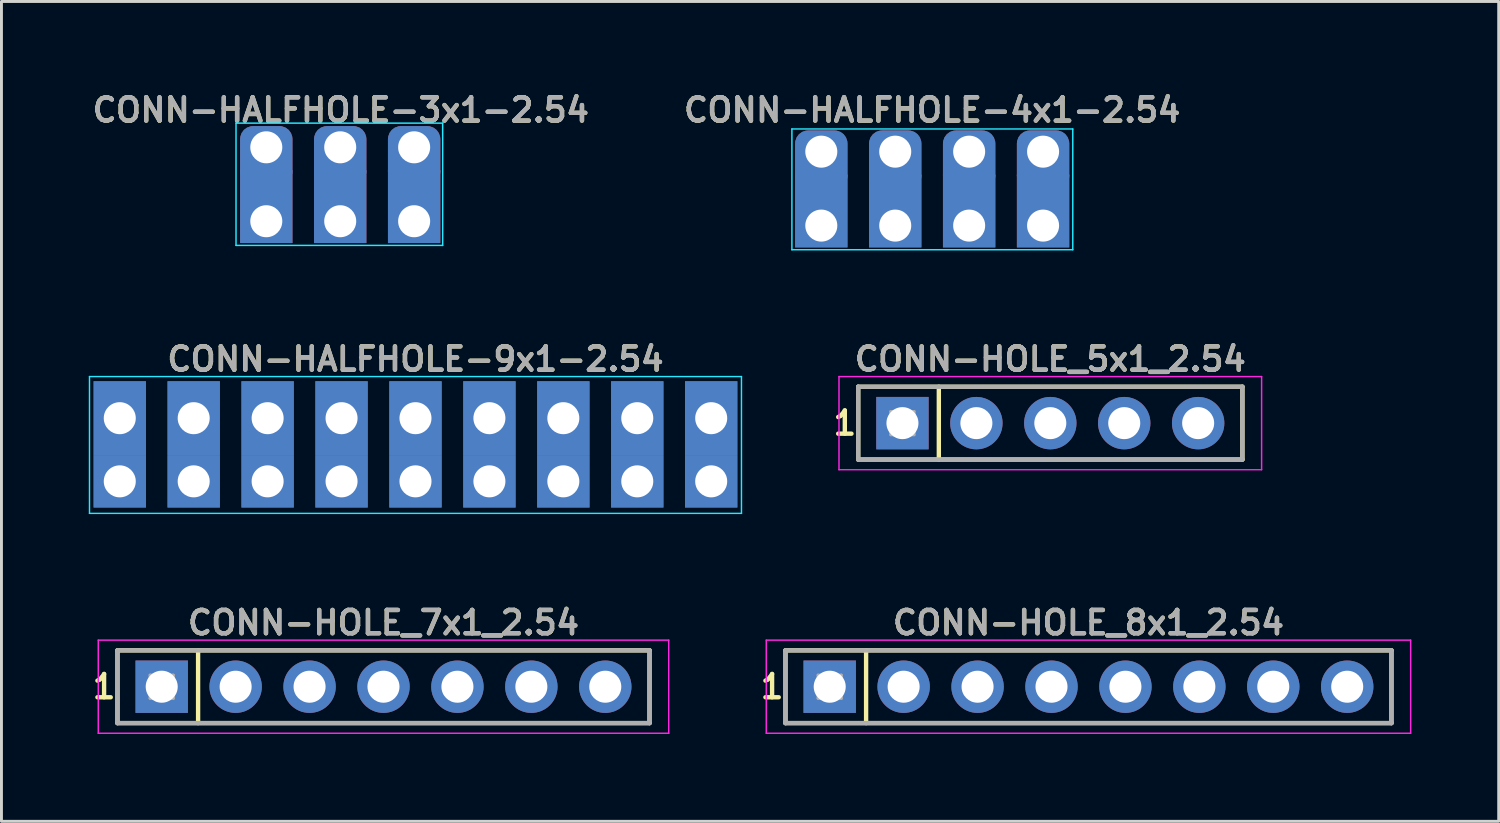
<source format=kicad_pcb>
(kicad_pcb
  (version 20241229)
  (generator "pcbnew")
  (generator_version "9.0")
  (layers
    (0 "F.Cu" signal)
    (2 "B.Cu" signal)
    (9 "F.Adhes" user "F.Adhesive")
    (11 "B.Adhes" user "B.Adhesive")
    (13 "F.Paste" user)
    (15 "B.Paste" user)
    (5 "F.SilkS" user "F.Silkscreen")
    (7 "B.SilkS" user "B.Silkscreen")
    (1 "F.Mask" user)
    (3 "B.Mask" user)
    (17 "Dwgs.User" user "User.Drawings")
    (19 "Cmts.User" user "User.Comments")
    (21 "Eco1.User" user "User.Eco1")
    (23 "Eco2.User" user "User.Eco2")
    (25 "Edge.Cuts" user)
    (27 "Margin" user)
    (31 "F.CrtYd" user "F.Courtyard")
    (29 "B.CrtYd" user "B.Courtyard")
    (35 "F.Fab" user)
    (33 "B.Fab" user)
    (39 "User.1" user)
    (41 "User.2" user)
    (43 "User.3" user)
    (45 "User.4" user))
  (footprint "CONN-HOLE_7x1_2.54"
    (layer "F.Cu")
    (at 10.126 20.544)
    (property "Reference" "CONN-HOLE_7x1_2.54" (at 0 -2.2 0) (layer "F.SilkS") (effects (font (size 0.8 0.8) (thickness 0.15))))
    (attr through_hole)
    (fp_line (start -9.14 -1.25) (end 9.14 -1.25) (stroke (width 0.15) (type solid)) (layer "F.SilkS"))
    (fp_line (start -9.14 1.25) (end -9.14 -1.25) (stroke (width 0.15) (type solid)) (layer "F.SilkS"))
    (fp_line (start -6.37 -1.25) (end -6.37 1.25) (stroke (width 0.15) (type solid)) (layer "F.SilkS"))
    (fp_line (start 9.14 -1.25) (end 9.14 1.25) (stroke (width 0.15) (type solid)) (layer "F.SilkS"))
    (fp_line (start 9.14 1.25) (end -9.14 1.25) (stroke (width 0.15) (type solid)) (layer "F.SilkS"))
    (fp_line (start -9.8 -1.6) (end 9.8 -1.6) (stroke (width 0.05) (type solid)) (layer "F.CrtYd"))
    (fp_line (start -9.8 1.6) (end -9.8 -1.6) (stroke (width 0.05) (type solid)) (layer "F.CrtYd"))
    (fp_line (start 9.8 -1.6) (end 9.8 1.6) (stroke (width 0.05) (type solid)) (layer "F.CrtYd"))
    (fp_line (start 9.8 1.6) (end -9.8 1.6) (stroke (width 0.05) (type solid)) (layer "F.CrtYd"))
    (fp_line (start -9.14 -1.25) (end 9.14 -1.25) (stroke (width 0.15) (type solid)) (layer "F.Fab"))
    (fp_line (start -9.14 1.25) (end -9.14 -1.25) (stroke (width 0.15) (type solid)) (layer "F.Fab"))
    (fp_line (start -8.02 -0.4) (end -7.22 -0.4) (stroke (width 0.1) (type solid)) (layer "F.Fab"))
    (fp_line (start -8.02 0) (end -7.22 0) (stroke (width 0.1) (type solid)) (layer "F.Fab"))
    (fp_line (start -8.02 0.4) (end -8.02 -0.4) (stroke (width 0.1) (type solid)) (layer "F.Fab"))
    (fp_line (start -7.62 -0.4) (end -7.62 0.4) (stroke (width 0.1) (type solid)) (layer "F.Fab"))
    (fp_line (start -7.22 -0.4) (end -7.22 0.4) (stroke (width 0.1) (type solid)) (layer "F.Fab"))
    (fp_line (start -7.22 0.4) (end -8.02 0.4) (stroke (width 0.1) (type solid)) (layer "F.Fab"))
    (fp_line (start -5.48 0) (end -4.68 0) (stroke (width 0.1) (type solid)) (layer "F.Fab"))
    (fp_line (start -5.08 -0.4) (end -5.08 0.4) (stroke (width 0.1) (type solid)) (layer "F.Fab"))
    (fp_line (start -2.94 0) (end -2.14 0) (stroke (width 0.1) (type solid)) (layer "F.Fab"))
    (fp_line (start -2.54 -0.4) (end -2.54 0.4) (stroke (width 0.1) (type solid)) (layer "F.Fab"))
    (fp_line (start -0.4 0) (end 0.4 0) (stroke (width 0.1) (type solid)) (layer "F.Fab"))
    (fp_line (start 0 -0.4) (end 0 0.4) (stroke (width 0.1) (type solid)) (layer "F.Fab"))
    (fp_line (start 2.14 0) (end 2.94 0) (stroke (width 0.1) (type solid)) (layer "F.Fab"))
    (fp_line (start 2.54 -0.4) (end 2.54 0.4) (stroke (width 0.1) (type solid)) (layer "F.Fab"))
    (fp_line (start 9.14 -1.25) (end 9.14 1.25) (stroke (width 0.15) (type solid)) (layer "F.Fab"))
    (fp_line (start 9.14 1.25) (end -9.14 1.25) (stroke (width 0.15) (type solid)) (layer "F.Fab"))
    (fp_circle (center -5.08 0) (end -4.68 0) (stroke (width 0.1) (type solid)) (fill no) (layer "F.Fab"))
    (fp_circle (center -2.54 0) (end -2.14 0) (stroke (width 0.1) (type solid)) (fill no) (layer "F.Fab"))
    (fp_circle (center 0 0) (end 0.4 0) (stroke (width 0.1) (type solid)) (fill no) (layer "F.Fab"))
    (fp_circle (center 2.54 0) (end 2.94 0) (stroke (width 0.1) (type solid)) (fill no) (layer "F.Fab"))
    (fp_text user "1" (at -9.6 0 0) (layer "F.SilkS") (effects (font (size 0.8 0.8) (thickness 0.15))))
    (fp_text user "${REFERENCE}" (at 0 -2.2 0) (layer "F.Fab") (effects (font (size 0.8 0.8) (thickness 0.15))))
    (pad "1" thru_hole rect (at -7.62 0) (size 1.8 1.8) (drill 1.1) (layers "*.Cu" "*.Mask"))
    (pad "2" thru_hole circle (at -5.08 0) (size 1.8 1.8) (drill 1.1) (layers "*.Cu" "*.Mask"))
    (pad "3" thru_hole circle (at -2.54 0) (size 1.8 1.8) (drill 1.1) (layers "*.Cu" "*.Mask"))
    (pad "4" thru_hole circle (at 0 0) (size 1.8 1.8) (drill 1.1) (layers "*.Cu" "*.Mask"))
    (pad "5" thru_hole circle (at 2.54 0) (size 1.8 1.8) (drill 1.1) (layers "*.Cu" "*.Mask"))
    (pad "6" thru_hole circle (at 5.08 0) (size 1.8 1.8) (drill 1.1) (layers "*.Cu" "*.Mask"))
    (pad "7" thru_hole circle (at 7.62 0) (size 1.8 1.8) (drill 1.1) (layers "*.Cu" "*.Mask")))
  (footprint "CONN-HALFHOLE-4x1-2.54"
    (layer "F.Cu")
    (at 28.978 3.431)
    (property "Reference" "CONN-HALFHOLE-4x1-2.54" (at 0 -2.7 0) (layer "F.SilkS") (effects (font (size 0.8 0.8) (thickness 0.15))))
    (attr exclude_from_pos_files exclude_from_bom)
    (fp_line (start -4.82 -2.05) (end 4.83 -2.05) (stroke (width 0.05) (type solid)) (layer "B.CrtYd"))
    (fp_line (start -4.82 2.1) (end -4.82 -2.05) (stroke (width 0.05) (type solid)) (layer "B.CrtYd"))
    (fp_line (start 4.83 -2.05) (end 4.83 2.1) (stroke (width 0.05) (type solid)) (layer "B.CrtYd"))
    (fp_line (start 4.83 2.1) (end -4.82 2.1) (stroke (width 0.05) (type solid)) (layer "B.CrtYd"))
    (fp_text user "${REFERENCE}" (at 0 -2.7 0) (layer "F.Fab") (effects (font (size 0.8 0.8) (thickness 0.15))))
    (pad "1" thru_hole roundrect (at -3.81 -1.27) (size 1.8 2) (drill 1.1 (offset 0 0.27)) (layers "*.Cu" "*.Mask") (roundrect_rratio 0.25))
    (pad "1" thru_hole rect (at -3.81 1.27) (size 1.8 2.5) (drill 1.1 (offset 0 -0.5)) (layers "*.Cu" "*.Mask"))
    (pad "2" thru_hole roundrect (at -1.27 -1.27) (size 1.8 2) (drill 1.1 (offset 0 0.27)) (layers "*.Cu" "*.Mask") (roundrect_rratio 0.25))
    (pad "2" thru_hole rect (at -1.27 1.27) (size 1.8 2.5) (drill 1.1 (offset 0 -0.5)) (layers "*.Cu" "*.Mask"))
    (pad "3" thru_hole roundrect (at 1.27 -1.27) (size 1.8 2) (drill 1.1 (offset 0 0.27)) (layers "*.Cu" "*.Mask") (roundrect_rratio 0.25))
    (pad "3" thru_hole rect (at 1.27 1.27) (size 1.8 2.5) (drill 1.1 (offset 0 -0.5)) (layers "*.Cu" "*.Mask"))
    (pad "4" thru_hole roundrect (at 3.81 -1.27) (size 1.8 2) (drill 1.1 (offset 0 0.27)) (layers "*.Cu" "*.Mask") (roundrect_rratio 0.25))
    (pad "4" thru_hole rect (at 3.81 1.27) (size 1.8 2.5) (drill 1.1 (offset 0 -0.5)) (layers "*.Cu" "*.Mask")))
  (footprint "CONN-HOLE_5x1_2.54"
    (layer "F.Cu")
    (at 33.036 11.488)
    (property "Reference" "CONN-HOLE_5x1_2.54" (at 0 -2.2 0) (layer "F.SilkS") (effects (font (size 0.8 0.8) (thickness 0.15))))
    (attr through_hole)
    (fp_line (start -6.6 -1.25) (end 6.6 -1.25) (stroke (width 0.15) (type solid)) (layer "F.SilkS"))
    (fp_line (start -6.6 1.25) (end -6.6 -1.25) (stroke (width 0.15) (type solid)) (layer "F.SilkS"))
    (fp_line (start -3.83 -1.25) (end -3.83 1.25) (stroke (width 0.15) (type solid)) (layer "F.SilkS"))
    (fp_line (start 6.6 -1.25) (end 6.6 1.25) (stroke (width 0.15) (type solid)) (layer "F.SilkS"))
    (fp_line (start 6.6 1.25) (end -6.6 1.25) (stroke (width 0.15) (type solid)) (layer "F.SilkS"))
    (fp_line (start -7.26 -1.6) (end 7.26 -1.6) (stroke (width 0.05) (type solid)) (layer "F.CrtYd"))
    (fp_line (start -7.26 1.6) (end -7.26 -1.6) (stroke (width 0.05) (type solid)) (layer "F.CrtYd"))
    (fp_line (start 7.26 -1.6) (end 7.26 1.6) (stroke (width 0.05) (type solid)) (layer "F.CrtYd"))
    (fp_line (start 7.26 1.6) (end -7.26 1.6) (stroke (width 0.05) (type solid)) (layer "F.CrtYd"))
    (fp_line (start -6.6 -1.25) (end 6.6 -1.25) (stroke (width 0.15) (type solid)) (layer "F.Fab"))
    (fp_line (start -6.6 1.25) (end -6.6 -1.25) (stroke (width 0.15) (type solid)) (layer "F.Fab"))
    (fp_line (start -5.48 -0.4) (end -4.68 -0.4) (stroke (width 0.1) (type solid)) (layer "F.Fab"))
    (fp_line (start -5.48 0) (end -4.68 0) (stroke (width 0.1) (type solid)) (layer "F.Fab"))
    (fp_line (start -5.48 0.4) (end -5.48 -0.4) (stroke (width 0.1) (type solid)) (layer "F.Fab"))
    (fp_line (start -5.08 -0.4) (end -5.08 0.4) (stroke (width 0.1) (type solid)) (layer "F.Fab"))
    (fp_line (start -4.68 -0.4) (end -4.68 0.4) (stroke (width 0.1) (type solid)) (layer "F.Fab"))
    (fp_line (start -4.68 0.4) (end -5.48 0.4) (stroke (width 0.1) (type solid)) (layer "F.Fab"))
    (fp_line (start -2.94 0) (end -2.14 0) (stroke (width 0.1) (type solid)) (layer "F.Fab"))
    (fp_line (start -2.54 -0.4) (end -2.54 0.4) (stroke (width 0.1) (type solid)) (layer "F.Fab"))
    (fp_line (start -0.4 0) (end 0.4 0) (stroke (width 0.1) (type solid)) (layer "F.Fab"))
    (fp_line (start 0 -0.4) (end 0 0.4) (stroke (width 0.1) (type solid)) (layer "F.Fab"))
    (fp_line (start 2.14 0) (end 2.94 0) (stroke (width 0.1) (type solid)) (layer "F.Fab"))
    (fp_line (start 2.54 -0.4) (end 2.54 0.4) (stroke (width 0.1) (type solid)) (layer "F.Fab"))
    (fp_line (start 4.68 0) (end 5.48 0) (stroke (width 0.1) (type solid)) (layer "F.Fab"))
    (fp_line (start 5.08 -0.4) (end 5.08 0.4) (stroke (width 0.1) (type solid)) (layer "F.Fab"))
    (fp_line (start 6.6 -1.25) (end 6.6 1.25) (stroke (width 0.15) (type solid)) (layer "F.Fab"))
    (fp_line (start 6.6 1.25) (end -6.6 1.25) (stroke (width 0.15) (type solid)) (layer "F.Fab"))
    (fp_circle (center -2.54 0) (end -2.14 0) (stroke (width 0.1) (type solid)) (fill no) (layer "F.Fab"))
    (fp_circle (center 0 0) (end 0.4 0) (stroke (width 0.1) (type solid)) (fill no) (layer "F.Fab"))
    (fp_circle (center 2.54 0) (end 2.94 0) (stroke (width 0.1) (type solid)) (fill no) (layer "F.Fab"))
    (fp_circle (center 5.08 0) (end 5.48 0) (stroke (width 0.1) (type solid)) (fill no) (layer "F.Fab"))
    (fp_text user "1" (at -7.06 0 0) (layer "F.SilkS") (effects (font (size 0.8 0.8) (thickness 0.15))))
    (fp_text user "${REFERENCE}" (at 0 -2.2 0) (layer "F.Fab") (effects (font (size 0.8 0.8) (thickness 0.15))))
    (pad "1" thru_hole rect (at -5.08 0) (size 1.8 1.8) (drill 1.1) (layers "*.Cu" "*.Mask"))
    (pad "2" thru_hole circle (at -2.54 0) (size 1.8 1.8) (drill 1.1) (layers "*.Cu" "*.Mask"))
    (pad "3" thru_hole circle (at 0 0) (size 1.8 1.8) (drill 1.1) (layers "*.Cu" "*.Mask"))
    (pad "4" thru_hole circle (at 2.54 0) (size 1.8 1.8) (drill 1.1) (layers "*.Cu" "*.Mask"))
    (pad "5" thru_hole circle (at 5.08 0) (size 1.8 1.8) (drill 1.1) (layers "*.Cu" "*.Mask")))
  (footprint "CONN-HALFHOLE-3x1-2.54"
    (layer "F.Cu")
    (at 8.659 3.281)
    (property "Reference" "CONN-HALFHOLE-3x1-2.54" (at 0 -2.55 0) (layer "F.SilkS") (effects (font (size 0.8 0.8) (thickness 0.15))))
    (attr exclude_from_pos_files exclude_from_bom)
    (fp_line (start -3.6 -2.1) (end 3.5 -2.1) (stroke (width 0.05) (type solid)) (layer "B.CrtYd"))
    (fp_line (start -3.6 2.1) (end -3.6 -2.1) (stroke (width 0.05) (type solid)) (layer "B.CrtYd"))
    (fp_line (start 3.5 -2.1) (end 3.5 2.1) (stroke (width 0.05) (type solid)) (layer "B.CrtYd"))
    (fp_line (start 3.5 2.1) (end -3.6 2.1) (stroke (width 0.05) (type solid)) (layer "B.CrtYd"))
    (fp_text user "${REFERENCE}" (at 0 -2.55 0) (layer "F.Fab") (effects (font (size 0.8 0.8) (thickness 0.15))))
    (pad "1" thru_hole roundrect (at -2.56 -1.27) (size 1.8 2) (drill 1.1 (offset 0 0.27)) (layers "*.Cu" "*.Mask") (roundrect_rratio 0.25))
    (pad "1" thru_hole rect (at -2.56 1.27) (size 1.8 2.5) (drill 1.1 (offset 0 -0.5)) (layers "*.Cu" "*.Mask"))
    (pad "2" thru_hole roundrect (at -0.02 -1.27) (size 1.8 2) (drill 1.1 (offset 0 0.27)) (layers "*.Cu" "*.Mask") (roundrect_rratio 0.25))
    (pad "2" thru_hole rect (at -0.02 1.27) (size 1.8 2.5) (drill 1.1 (offset 0 -0.5)) (layers "*.Cu" "*.Mask"))
    (pad "3" thru_hole roundrect (at 2.52 -1.27) (size 1.8 2) (drill 1.1 (offset 0 0.27)) (layers "*.Cu" "*.Mask") (roundrect_rratio 0.25))
    (pad "3" thru_hole rect (at 2.52 1.27) (size 1.8 2.5) (drill 1.1 (offset 0 -0.5)) (layers "*.Cu" "*.Mask")))
  (footprint "CONN-HALFHOLE-9x1-2.54"
    (layer "F.Cu")
    (at 11.225 12.588)
    (property "Reference" "CONN-HALFHOLE-9x1-2.54" (at 0 -3.3 0) (layer "F.SilkS") (effects (font (size 0.8 0.8) (thickness 0.15))))
    (attr through_hole)
    (fp_line (start -11.2 -2.7) (end 11.2 -2.7) (stroke (width 0.05) (type solid)) (layer "B.CrtYd"))
    (fp_line (start -11.2 2) (end -11.2 -2.7) (stroke (width 0.05) (type solid)) (layer "B.CrtYd"))
    (fp_line (start 11.2 -2.7) (end 11.2 2) (stroke (width 0.05) (type solid)) (layer "B.CrtYd"))
    (fp_line (start 11.2 2) (end -11.2 2) (stroke (width 0.05) (type solid)) (layer "B.CrtYd"))
    (fp_text user "${REFERENCE}" (at 0 -3.3 0) (layer "F.Fab") (effects (font (size 0.8 0.8) (thickness 0.15))))
    (pad "1" thru_hole rect (at -10.16 -1.27) (size 1.8 2.54) (drill 1.1) (layers "*.Cu" "*.Mask"))
    (pad "1" thru_hole rect (at -10.16 0.9) (size 1.8 1.8) (drill 1.1) (layers "*.Cu" "*.Mask"))
    (pad "2" thru_hole rect (at -7.62 -1.27) (size 1.8 2.54) (drill 1.1) (layers "*.Cu" "*.Mask"))
    (pad "2" thru_hole rect (at -7.62 0.9) (size 1.8 1.8) (drill 1.1) (layers "*.Cu" "*.Mask"))
    (pad "3" thru_hole rect (at -5.08 -1.27) (size 1.8 2.54) (drill 1.1) (layers "*.Cu" "*.Mask"))
    (pad "3" thru_hole rect (at -5.08 0.9) (size 1.8 1.8) (drill 1.1) (layers "*.Cu" "*.Mask"))
    (pad "4" thru_hole rect (at -2.54 -1.27) (size 1.8 2.54) (drill 1.1) (layers "*.Cu" "*.Mask"))
    (pad "4" thru_hole rect (at -2.54 0.9) (size 1.8 1.8) (drill 1.1) (layers "*.Cu" "*.Mask"))
    (pad "5" thru_hole rect (at 0 -1.27) (size 1.8 2.54) (drill 1.1) (layers "*.Cu" "*.Mask"))
    (pad "5" thru_hole rect (at 0 0.9) (size 1.8 1.8) (drill 1.1) (layers "*.Cu" "*.Mask"))
    (pad "6" thru_hole rect (at 2.54 -1.27) (size 1.8 2.54) (drill 1.1) (layers "*.Cu" "*.Mask"))
    (pad "6" thru_hole rect (at 2.54 0.9) (size 1.8 1.8) (drill 1.1) (layers "*.Cu" "*.Mask"))
    (pad "7" thru_hole rect (at 5.08 -1.27) (size 1.8 2.54) (drill 1.1) (layers "*.Cu" "*.Mask"))
    (pad "7" thru_hole rect (at 5.08 0.9) (size 1.8 1.8) (drill 1.1) (layers "*.Cu" "*.Mask"))
    (pad "8" thru_hole rect (at 7.62 -1.27) (size 1.8 2.54) (drill 1.1) (layers "*.Cu" "*.Mask"))
    (pad "8" thru_hole rect (at 7.62 0.9) (size 1.8 1.8) (drill 1.1) (layers "*.Cu" "*.Mask"))
    (pad "9" thru_hole rect (at 10.16 -1.27) (size 1.8 2.54) (drill 1.1) (layers "*.Cu" "*.Mask"))
    (pad "9" thru_hole rect (at 10.16 0.9) (size 1.8 1.8) (drill 1.1) (layers "*.Cu" "*.Mask")))
  (footprint "CONN-HOLE_8x1_2.54"
    (layer "F.Cu")
    (at 34.347 20.544)
    (property "Reference" "CONN-HOLE_8x1_2.54" (at 0 -2.2 0) (layer "F.SilkS") (effects (font (size 0.8 0.8) (thickness 0.15))))
    (attr through_hole)
    (fp_line (start -10.41 -1.25) (end 10.41 -1.25) (stroke (width 0.15) (type solid)) (layer "F.SilkS"))
    (fp_line (start -10.41 1.25) (end -10.41 -1.25) (stroke (width 0.15) (type solid)) (layer "F.SilkS"))
    (fp_line (start -7.64 -1.25) (end -7.64 1.25) (stroke (width 0.15) (type solid)) (layer "F.SilkS"))
    (fp_line (start 10.41 -1.25) (end 10.41 1.25) (stroke (width 0.15) (type solid)) (layer "F.SilkS"))
    (fp_line (start 10.41 1.25) (end -10.41 1.25) (stroke (width 0.15) (type solid)) (layer "F.SilkS"))
    (fp_line (start -11.07 -1.6) (end 11.07 -1.6) (stroke (width 0.05) (type solid)) (layer "F.CrtYd"))
    (fp_line (start -11.07 1.6) (end -11.07 -1.6) (stroke (width 0.05) (type solid)) (layer "F.CrtYd"))
    (fp_line (start 11.07 -1.6) (end 11.07 1.6) (stroke (width 0.05) (type solid)) (layer "F.CrtYd"))
    (fp_line (start 11.07 1.6) (end -11.07 1.6) (stroke (width 0.05) (type solid)) (layer "F.CrtYd"))
    (fp_line (start -10.41 -1.25) (end 10.41 -1.25) (stroke (width 0.15) (type solid)) (layer "F.Fab"))
    (fp_line (start -10.41 1.25) (end -10.41 -1.25) (stroke (width 0.15) (type solid)) (layer "F.Fab"))
    (fp_line (start -9.29 -0.4) (end -8.49 -0.4) (stroke (width 0.1) (type solid)) (layer "F.Fab"))
    (fp_line (start -9.29 0) (end -8.49 0) (stroke (width 0.1) (type solid)) (layer "F.Fab"))
    (fp_line (start -9.29 0.4) (end -9.29 -0.4) (stroke (width 0.1) (type solid)) (layer "F.Fab"))
    (fp_line (start -8.89 -0.4) (end -8.89 0.4) (stroke (width 0.1) (type solid)) (layer "F.Fab"))
    (fp_line (start -8.49 -0.4) (end -8.49 0.4) (stroke (width 0.1) (type solid)) (layer "F.Fab"))
    (fp_line (start -8.49 0.4) (end -9.29 0.4) (stroke (width 0.1) (type solid)) (layer "F.Fab"))
    (fp_line (start -6.75 0) (end -5.95 0) (stroke (width 0.1) (type solid)) (layer "F.Fab"))
    (fp_line (start -6.35 -0.4) (end -6.35 0.4) (stroke (width 0.1) (type solid)) (layer "F.Fab"))
    (fp_line (start -4.21 0) (end -3.41 0) (stroke (width 0.1) (type solid)) (layer "F.Fab"))
    (fp_line (start -3.81 -0.4) (end -3.81 0.4) (stroke (width 0.1) (type solid)) (layer "F.Fab"))
    (fp_line (start -1.67 0) (end -0.87 0) (stroke (width 0.1) (type solid)) (layer "F.Fab"))
    (fp_line (start -1.27 -0.4) (end -1.27 0.4) (stroke (width 0.1) (type solid)) (layer "F.Fab"))
    (fp_line (start 0.87 0) (end 1.67 0) (stroke (width 0.1) (type solid)) (layer "F.Fab"))
    (fp_line (start 1.27 -0.4) (end 1.27 0.4) (stroke (width 0.1) (type solid)) (layer "F.Fab"))
    (fp_line (start 10.41 -1.25) (end 10.41 1.25) (stroke (width 0.15) (type solid)) (layer "F.Fab"))
    (fp_line (start 10.41 1.25) (end -10.41 1.25) (stroke (width 0.15) (type solid)) (layer "F.Fab"))
    (fp_circle (center -6.35 0) (end -5.95 0) (stroke (width 0.1) (type solid)) (fill no) (layer "F.Fab"))
    (fp_circle (center -3.81 0) (end -3.41 0) (stroke (width 0.1) (type solid)) (fill no) (layer "F.Fab"))
    (fp_circle (center -1.27 0) (end -0.87 0) (stroke (width 0.1) (type solid)) (fill no) (layer "F.Fab"))
    (fp_circle (center 1.27 0) (end 1.67 0) (stroke (width 0.1) (type solid)) (fill no) (layer "F.Fab"))
    (fp_text user "1" (at -10.87 0 0) (layer "F.SilkS") (effects (font (size 0.8 0.8) (thickness 0.15))))
    (fp_text user "${REFERENCE}" (at 0 -2.2 0) (layer "F.Fab") (effects (font (size 0.8 0.8) (thickness 0.15))))
    (pad "1" thru_hole rect (at -8.89 0) (size 1.8 1.8) (drill 1.1) (layers "*.Cu" "*.Mask"))
    (pad "2" thru_hole circle (at -6.35 0) (size 1.8 1.8) (drill 1.1) (layers "*.Cu" "*.Mask"))
    (pad "3" thru_hole circle (at -3.81 0) (size 1.8 1.8) (drill 1.1) (layers "*.Cu" "*.Mask"))
    (pad "4" thru_hole circle (at -1.27 0) (size 1.8 1.8) (drill 1.1) (layers "*.Cu" "*.Mask"))
    (pad "5" thru_hole circle (at 1.27 0) (size 1.8 1.8) (drill 1.1) (layers "*.Cu" "*.Mask"))
    (pad "6" thru_hole circle (at 3.81 0) (size 1.8 1.8) (drill 1.1) (layers "*.Cu" "*.Mask"))
    (pad "7" thru_hole circle (at 6.35 0) (size 1.8 1.8) (drill 1.1) (layers "*.Cu" "*.Mask"))
    (pad "8" thru_hole circle (at 8.89 0) (size 1.8 1.8) (drill 1.1) (layers "*.Cu" "*.Mask")))
  (gr_rect
    (start -3 -3)
    (end 48.442 25.169)
    (stroke (width 0.1) (type default))
    (fill no)
    (layer "Edge.Cuts")))
</source>
